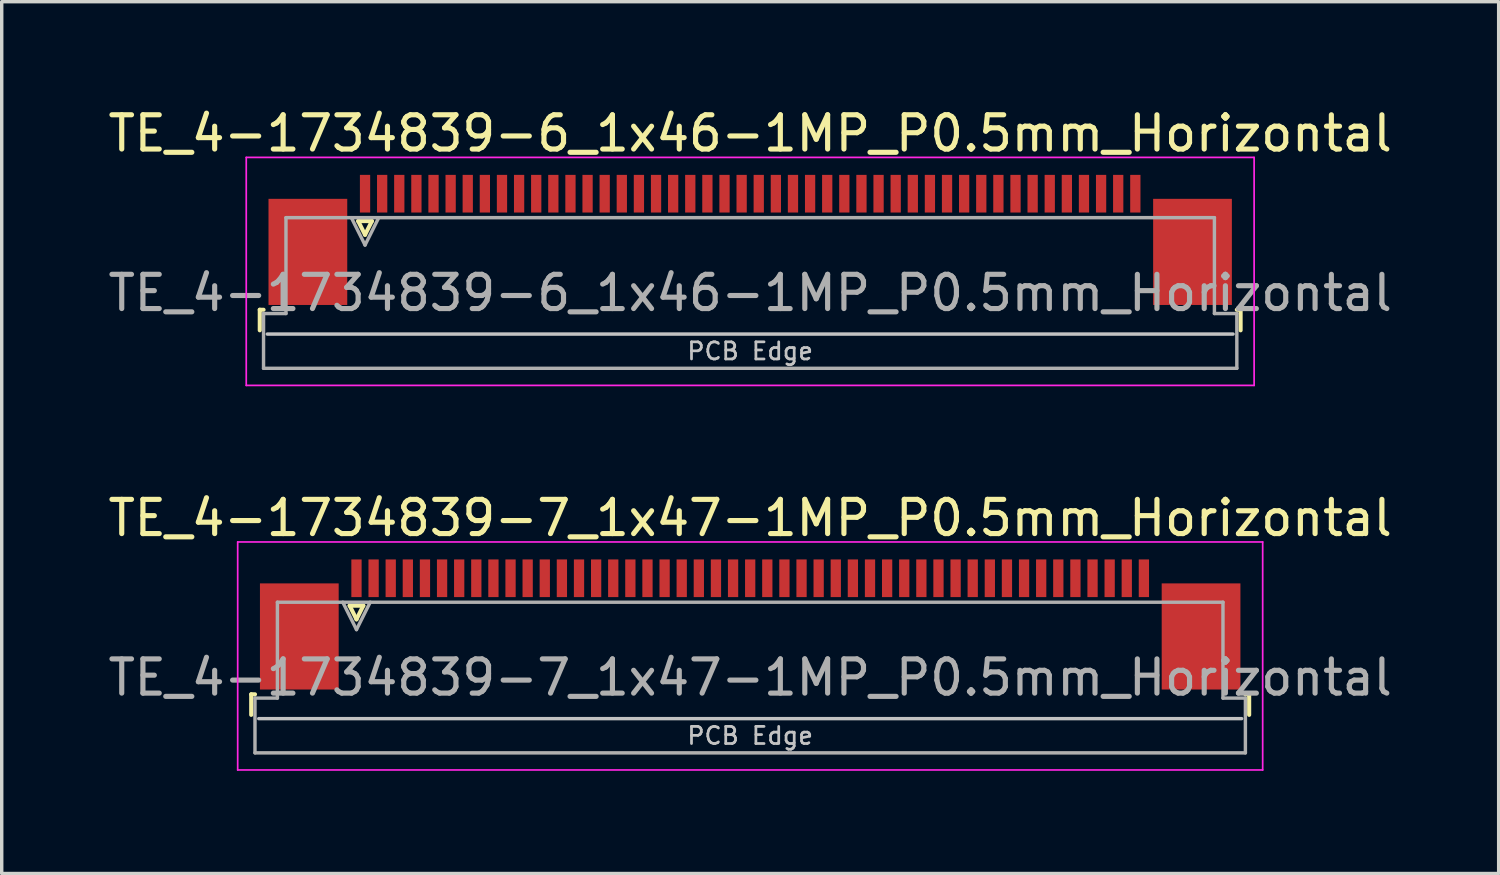
<source format=kicad_pcb>
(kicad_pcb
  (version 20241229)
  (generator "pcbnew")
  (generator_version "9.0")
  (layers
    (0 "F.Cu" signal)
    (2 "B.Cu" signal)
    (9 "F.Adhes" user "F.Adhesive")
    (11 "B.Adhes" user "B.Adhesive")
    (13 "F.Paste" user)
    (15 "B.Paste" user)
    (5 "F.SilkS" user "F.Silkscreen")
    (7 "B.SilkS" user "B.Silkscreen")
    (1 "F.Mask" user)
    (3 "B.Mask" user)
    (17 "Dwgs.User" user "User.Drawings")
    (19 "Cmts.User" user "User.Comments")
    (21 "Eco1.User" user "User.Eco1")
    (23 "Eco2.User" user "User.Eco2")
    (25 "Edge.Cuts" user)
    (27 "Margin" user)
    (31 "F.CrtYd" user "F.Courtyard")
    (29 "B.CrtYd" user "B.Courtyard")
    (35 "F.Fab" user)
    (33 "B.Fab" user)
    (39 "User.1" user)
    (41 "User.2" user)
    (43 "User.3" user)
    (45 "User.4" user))
  (footprint "TE_4-1734839-7_1x47-1MP_P0.5mm_Horizontal"
    (layer "F.Cu")
    (at 18.863 15.191)
    (property "Reference" "TE_4-1734839-7_1x47-1MP_P0.5mm_Horizontal" (at 0 -3.11 0) (layer "F.SilkS") (effects (font (size 1 1) (thickness 0.15))))
    (attr smd)
    (fp_line (start -14.575 2.04) (end -14.575 2.64) (stroke (width 0.12) (type solid)) (layer "F.SilkS"))
    (fp_line (start -14.465 2.04) (end -14.575 2.04) (stroke (width 0.12) (type solid)) (layer "F.SilkS"))
    (fp_line (start -11.7 -0.55) (end -11.5 -0.15) (stroke (width 0.12) (type solid)) (layer "F.SilkS"))
    (fp_line (start -11.5 -0.15) (end -11.3 -0.55) (stroke (width 0.12) (type solid)) (layer "F.SilkS"))
    (fp_line (start -11.3 -0.55) (end -11.7 -0.55) (stroke (width 0.12) (type solid)) (layer "F.SilkS"))
    (fp_line (start 14.465 2.04) (end 14.575 2.04) (stroke (width 0.12) (type solid)) (layer "F.SilkS"))
    (fp_line (start 14.575 2.04) (end 14.575 2.64) (stroke (width 0.12) (type solid)) (layer "F.SilkS"))
    (fp_line (start 14.355 2.75) (end -14.355 2.75) (stroke (width 0.1) (type solid)) (layer "Dwgs.User"))
    (fp_line (start -14.97 -2.41) (end -14.97 4.25) (stroke (width 0.05) (type solid)) (layer "F.CrtYd"))
    (fp_line (start -14.97 4.25) (end 14.97 4.25) (stroke (width 0.05) (type solid)) (layer "F.CrtYd"))
    (fp_line (start 14.97 -2.41) (end -14.97 -2.41) (stroke (width 0.05) (type solid)) (layer "F.CrtYd"))
    (fp_line (start 14.97 4.25) (end 14.97 -2.41) (stroke (width 0.05) (type solid)) (layer "F.CrtYd"))
    (fp_line (start -14.465 2.15) (end -13.81 2.15) (stroke (width 0.1) (type solid)) (layer "F.Fab"))
    (fp_line (start -14.465 3.75) (end -14.465 2.15) (stroke (width 0.1) (type solid)) (layer "F.Fab"))
    (fp_line (start -13.81 -0.65) (end 13.81 -0.65) (stroke (width 0.1) (type solid)) (layer "F.Fab"))
    (fp_line (start -13.81 2.15) (end -13.81 -0.65) (stroke (width 0.1) (type solid)) (layer "F.Fab"))
    (fp_line (start -11.9 -0.65) (end -11.5 0.15) (stroke (width 0.1) (type solid)) (layer "F.Fab"))
    (fp_line (start -11.5 0.15) (end -11.1 -0.65) (stroke (width 0.1) (type solid)) (layer "F.Fab"))
    (fp_line (start 13.81 -0.65) (end 13.81 2.15) (stroke (width 0.1) (type solid)) (layer "F.Fab"))
    (fp_line (start 13.81 2.15) (end 14.465 2.15) (stroke (width 0.1) (type solid)) (layer "F.Fab"))
    (fp_line (start 14.465 2.15) (end 14.465 3.75) (stroke (width 0.1) (type solid)) (layer "F.Fab"))
    (fp_line (start 14.465 3.75) (end -14.465 3.75) (stroke (width 0.1) (type solid)) (layer "F.Fab"))
    (fp_text user "PCB Edge" (at 0 3.25 0) (layer "Dwgs.User") (effects (font (size 0.5 0.5) (thickness 0.08))))
    (fp_text user "${REFERENCE}" (at 0 1.55 0) (layer "F.Fab") (effects (font (size 1 1) (thickness 0.15))))
    (pad "1" smd rect (at -11.5 -1.35) (size 0.3 1.1) (layers "F.Cu" "F.Mask" "F.Paste"))
    (pad "2" smd rect (at -11 -1.35) (size 0.3 1.1) (layers "F.Cu" "F.Mask" "F.Paste"))
    (pad "3" smd rect (at -10.5 -1.35) (size 0.3 1.1) (layers "F.Cu" "F.Mask" "F.Paste"))
    (pad "4" smd rect (at -10 -1.35) (size 0.3 1.1) (layers "F.Cu" "F.Mask" "F.Paste"))
    (pad "5" smd rect (at -9.5 -1.35) (size 0.3 1.1) (layers "F.Cu" "F.Mask" "F.Paste"))
    (pad "6" smd rect (at -9 -1.35) (size 0.3 1.1) (layers "F.Cu" "F.Mask" "F.Paste"))
    (pad "7" smd rect (at -8.5 -1.35) (size 0.3 1.1) (layers "F.Cu" "F.Mask" "F.Paste"))
    (pad "8" smd rect (at -8 -1.35) (size 0.3 1.1) (layers "F.Cu" "F.Mask" "F.Paste"))
    (pad "9" smd rect (at -7.5 -1.35) (size 0.3 1.1) (layers "F.Cu" "F.Mask" "F.Paste"))
    (pad "10" smd rect (at -7 -1.35) (size 0.3 1.1) (layers "F.Cu" "F.Mask" "F.Paste"))
    (pad "11" smd rect (at -6.5 -1.35) (size 0.3 1.1) (layers "F.Cu" "F.Mask" "F.Paste"))
    (pad "12" smd rect (at -6 -1.35) (size 0.3 1.1) (layers "F.Cu" "F.Mask" "F.Paste"))
    (pad "13" smd rect (at -5.5 -1.35) (size 0.3 1.1) (layers "F.Cu" "F.Mask" "F.Paste"))
    (pad "14" smd rect (at -5 -1.35) (size 0.3 1.1) (layers "F.Cu" "F.Mask" "F.Paste"))
    (pad "15" smd rect (at -4.5 -1.35) (size 0.3 1.1) (layers "F.Cu" "F.Mask" "F.Paste"))
    (pad "16" smd rect (at -4 -1.35) (size 0.3 1.1) (layers "F.Cu" "F.Mask" "F.Paste"))
    (pad "17" smd rect (at -3.5 -1.35) (size 0.3 1.1) (layers "F.Cu" "F.Mask" "F.Paste"))
    (pad "18" smd rect (at -3 -1.35) (size 0.3 1.1) (layers "F.Cu" "F.Mask" "F.Paste"))
    (pad "19" smd rect (at -2.5 -1.35) (size 0.3 1.1) (layers "F.Cu" "F.Mask" "F.Paste"))
    (pad "20" smd rect (at -2 -1.35) (size 0.3 1.1) (layers "F.Cu" "F.Mask" "F.Paste"))
    (pad "21" smd rect (at -1.5 -1.35) (size 0.3 1.1) (layers "F.Cu" "F.Mask" "F.Paste"))
    (pad "22" smd rect (at -1 -1.35) (size 0.3 1.1) (layers "F.Cu" "F.Mask" "F.Paste"))
    (pad "23" smd rect (at -0.5 -1.35) (size 0.3 1.1) (layers "F.Cu" "F.Mask" "F.Paste"))
    (pad "24" smd rect (at 0 -1.35) (size 0.3 1.1) (layers "F.Cu" "F.Mask" "F.Paste"))
    (pad "25" smd rect (at 0.5 -1.35) (size 0.3 1.1) (layers "F.Cu" "F.Mask" "F.Paste"))
    (pad "26" smd rect (at 1 -1.35) (size 0.3 1.1) (layers "F.Cu" "F.Mask" "F.Paste"))
    (pad "27" smd rect (at 1.5 -1.35) (size 0.3 1.1) (layers "F.Cu" "F.Mask" "F.Paste"))
    (pad "28" smd rect (at 2 -1.35) (size 0.3 1.1) (layers "F.Cu" "F.Mask" "F.Paste"))
    (pad "29" smd rect (at 2.5 -1.35) (size 0.3 1.1) (layers "F.Cu" "F.Mask" "F.Paste"))
    (pad "30" smd rect (at 3 -1.35) (size 0.3 1.1) (layers "F.Cu" "F.Mask" "F.Paste"))
    (pad "31" smd rect (at 3.5 -1.35) (size 0.3 1.1) (layers "F.Cu" "F.Mask" "F.Paste"))
    (pad "32" smd rect (at 4 -1.35) (size 0.3 1.1) (layers "F.Cu" "F.Mask" "F.Paste"))
    (pad "33" smd rect (at 4.5 -1.35) (size 0.3 1.1) (layers "F.Cu" "F.Mask" "F.Paste"))
    (pad "34" smd rect (at 5 -1.35) (size 0.3 1.1) (layers "F.Cu" "F.Mask" "F.Paste"))
    (pad "35" smd rect (at 5.5 -1.35) (size 0.3 1.1) (layers "F.Cu" "F.Mask" "F.Paste"))
    (pad "36" smd rect (at 6 -1.35) (size 0.3 1.1) (layers "F.Cu" "F.Mask" "F.Paste"))
    (pad "37" smd rect (at 6.5 -1.35) (size 0.3 1.1) (layers "F.Cu" "F.Mask" "F.Paste"))
    (pad "38" smd rect (at 7 -1.35) (size 0.3 1.1) (layers "F.Cu" "F.Mask" "F.Paste"))
    (pad "39" smd rect (at 7.5 -1.35) (size 0.3 1.1) (layers "F.Cu" "F.Mask" "F.Paste"))
    (pad "40" smd rect (at 8 -1.35) (size 0.3 1.1) (layers "F.Cu" "F.Mask" "F.Paste"))
    (pad "41" smd rect (at 8.5 -1.35) (size 0.3 1.1) (layers "F.Cu" "F.Mask" "F.Paste"))
    (pad "42" smd rect (at 9 -1.35) (size 0.3 1.1) (layers "F.Cu" "F.Mask" "F.Paste"))
    (pad "43" smd rect (at 9.5 -1.35) (size 0.3 1.1) (layers "F.Cu" "F.Mask" "F.Paste"))
    (pad "44" smd rect (at 10 -1.35) (size 0.3 1.1) (layers "F.Cu" "F.Mask" "F.Paste"))
    (pad "45" smd rect (at 10.5 -1.35) (size 0.3 1.1) (layers "F.Cu" "F.Mask" "F.Paste"))
    (pad "46" smd rect (at 11 -1.35) (size 0.3 1.1) (layers "F.Cu" "F.Mask" "F.Paste"))
    (pad "47" smd rect (at 11.5 -1.35) (size 0.3 1.1) (layers "F.Cu" "F.Mask" "F.Paste"))
    (pad "MP" smd rect (at -13.17 0.35) (size 2.3 3.1) (layers "F.Cu" "F.Mask" "F.Paste"))
    (pad "MP" smd rect (at 13.17 0.35) (size 2.3 3.1) (layers "F.Cu" "F.Mask" "F.Paste")))
  (footprint "TE_4-1734839-6_1x46-1MP_P0.5mm_Horizontal"
    (layer "F.Cu")
    (at 18.863 3.958)
    (property "Reference" "TE_4-1734839-6_1x46-1MP_P0.5mm_Horizontal" (at 0 -3.11 0) (layer "F.SilkS") (effects (font (size 1 1) (thickness 0.15))))
    (attr smd)
    (fp_line (start -14.325 2.04) (end -14.325 2.64) (stroke (width 0.12) (type solid)) (layer "F.SilkS"))
    (fp_line (start -14.215 2.04) (end -14.325 2.04) (stroke (width 0.12) (type solid)) (layer "F.SilkS"))
    (fp_line (start -11.45 -0.55) (end -11.25 -0.15) (stroke (width 0.12) (type solid)) (layer "F.SilkS"))
    (fp_line (start -11.25 -0.15) (end -11.05 -0.55) (stroke (width 0.12) (type solid)) (layer "F.SilkS"))
    (fp_line (start -11.05 -0.55) (end -11.45 -0.55) (stroke (width 0.12) (type solid)) (layer "F.SilkS"))
    (fp_line (start 14.215 2.04) (end 14.325 2.04) (stroke (width 0.12) (type solid)) (layer "F.SilkS"))
    (fp_line (start 14.325 2.04) (end 14.325 2.64) (stroke (width 0.12) (type solid)) (layer "F.SilkS"))
    (fp_line (start 14.105 2.75) (end -14.105 2.75) (stroke (width 0.1) (type solid)) (layer "Dwgs.User"))
    (fp_line (start -14.72 -2.41) (end -14.72 4.25) (stroke (width 0.05) (type solid)) (layer "F.CrtYd"))
    (fp_line (start -14.72 4.25) (end 14.72 4.25) (stroke (width 0.05) (type solid)) (layer "F.CrtYd"))
    (fp_line (start 14.72 -2.41) (end -14.72 -2.41) (stroke (width 0.05) (type solid)) (layer "F.CrtYd"))
    (fp_line (start 14.72 4.25) (end 14.72 -2.41) (stroke (width 0.05) (type solid)) (layer "F.CrtYd"))
    (fp_line (start -14.215 2.15) (end -13.56 2.15) (stroke (width 0.1) (type solid)) (layer "F.Fab"))
    (fp_line (start -14.215 3.75) (end -14.215 2.15) (stroke (width 0.1) (type solid)) (layer "F.Fab"))
    (fp_line (start -13.56 -0.65) (end 13.56 -0.65) (stroke (width 0.1) (type solid)) (layer "F.Fab"))
    (fp_line (start -13.56 2.15) (end -13.56 -0.65) (stroke (width 0.1) (type solid)) (layer "F.Fab"))
    (fp_line (start -11.65 -0.65) (end -11.25 0.15) (stroke (width 0.1) (type solid)) (layer "F.Fab"))
    (fp_line (start -11.25 0.15) (end -10.85 -0.65) (stroke (width 0.1) (type solid)) (layer "F.Fab"))
    (fp_line (start 13.56 -0.65) (end 13.56 2.15) (stroke (width 0.1) (type solid)) (layer "F.Fab"))
    (fp_line (start 13.56 2.15) (end 14.215 2.15) (stroke (width 0.1) (type solid)) (layer "F.Fab"))
    (fp_line (start 14.215 2.15) (end 14.215 3.75) (stroke (width 0.1) (type solid)) (layer "F.Fab"))
    (fp_line (start 14.215 3.75) (end -14.215 3.75) (stroke (width 0.1) (type solid)) (layer "F.Fab"))
    (fp_text user "PCB Edge" (at 0 3.25 0) (layer "Dwgs.User") (effects (font (size 0.5 0.5) (thickness 0.08))))
    (fp_text user "${REFERENCE}" (at 0 1.55 0) (layer "F.Fab") (effects (font (size 1 1) (thickness 0.15))))
    (pad "1" smd rect (at -11.25 -1.35) (size 0.3 1.1) (layers "F.Cu" "F.Mask" "F.Paste"))
    (pad "2" smd rect (at -10.75 -1.35) (size 0.3 1.1) (layers "F.Cu" "F.Mask" "F.Paste"))
    (pad "3" smd rect (at -10.25 -1.35) (size 0.3 1.1) (layers "F.Cu" "F.Mask" "F.Paste"))
    (pad "4" smd rect (at -9.75 -1.35) (size 0.3 1.1) (layers "F.Cu" "F.Mask" "F.Paste"))
    (pad "5" smd rect (at -9.25 -1.35) (size 0.3 1.1) (layers "F.Cu" "F.Mask" "F.Paste"))
    (pad "6" smd rect (at -8.75 -1.35) (size 0.3 1.1) (layers "F.Cu" "F.Mask" "F.Paste"))
    (pad "7" smd rect (at -8.25 -1.35) (size 0.3 1.1) (layers "F.Cu" "F.Mask" "F.Paste"))
    (pad "8" smd rect (at -7.75 -1.35) (size 0.3 1.1) (layers "F.Cu" "F.Mask" "F.Paste"))
    (pad "9" smd rect (at -7.25 -1.35) (size 0.3 1.1) (layers "F.Cu" "F.Mask" "F.Paste"))
    (pad "10" smd rect (at -6.75 -1.35) (size 0.3 1.1) (layers "F.Cu" "F.Mask" "F.Paste"))
    (pad "11" smd rect (at -6.25 -1.35) (size 0.3 1.1) (layers "F.Cu" "F.Mask" "F.Paste"))
    (pad "12" smd rect (at -5.75 -1.35) (size 0.3 1.1) (layers "F.Cu" "F.Mask" "F.Paste"))
    (pad "13" smd rect (at -5.25 -1.35) (size 0.3 1.1) (layers "F.Cu" "F.Mask" "F.Paste"))
    (pad "14" smd rect (at -4.75 -1.35) (size 0.3 1.1) (layers "F.Cu" "F.Mask" "F.Paste"))
    (pad "15" smd rect (at -4.25 -1.35) (size 0.3 1.1) (layers "F.Cu" "F.Mask" "F.Paste"))
    (pad "16" smd rect (at -3.75 -1.35) (size 0.3 1.1) (layers "F.Cu" "F.Mask" "F.Paste"))
    (pad "17" smd rect (at -3.25 -1.35) (size 0.3 1.1) (layers "F.Cu" "F.Mask" "F.Paste"))
    (pad "18" smd rect (at -2.75 -1.35) (size 0.3 1.1) (layers "F.Cu" "F.Mask" "F.Paste"))
    (pad "19" smd rect (at -2.25 -1.35) (size 0.3 1.1) (layers "F.Cu" "F.Mask" "F.Paste"))
    (pad "20" smd rect (at -1.75 -1.35) (size 0.3 1.1) (layers "F.Cu" "F.Mask" "F.Paste"))
    (pad "21" smd rect (at -1.25 -1.35) (size 0.3 1.1) (layers "F.Cu" "F.Mask" "F.Paste"))
    (pad "22" smd rect (at -0.75 -1.35) (size 0.3 1.1) (layers "F.Cu" "F.Mask" "F.Paste"))
    (pad "23" smd rect (at -0.25 -1.35) (size 0.3 1.1) (layers "F.Cu" "F.Mask" "F.Paste"))
    (pad "24" smd rect (at 0.25 -1.35) (size 0.3 1.1) (layers "F.Cu" "F.Mask" "F.Paste"))
    (pad "25" smd rect (at 0.75 -1.35) (size 0.3 1.1) (layers "F.Cu" "F.Mask" "F.Paste"))
    (pad "26" smd rect (at 1.25 -1.35) (size 0.3 1.1) (layers "F.Cu" "F.Mask" "F.Paste"))
    (pad "27" smd rect (at 1.75 -1.35) (size 0.3 1.1) (layers "F.Cu" "F.Mask" "F.Paste"))
    (pad "28" smd rect (at 2.25 -1.35) (size 0.3 1.1) (layers "F.Cu" "F.Mask" "F.Paste"))
    (pad "29" smd rect (at 2.75 -1.35) (size 0.3 1.1) (layers "F.Cu" "F.Mask" "F.Paste"))
    (pad "30" smd rect (at 3.25 -1.35) (size 0.3 1.1) (layers "F.Cu" "F.Mask" "F.Paste"))
    (pad "31" smd rect (at 3.75 -1.35) (size 0.3 1.1) (layers "F.Cu" "F.Mask" "F.Paste"))
    (pad "32" smd rect (at 4.25 -1.35) (size 0.3 1.1) (layers "F.Cu" "F.Mask" "F.Paste"))
    (pad "33" smd rect (at 4.75 -1.35) (size 0.3 1.1) (layers "F.Cu" "F.Mask" "F.Paste"))
    (pad "34" smd rect (at 5.25 -1.35) (size 0.3 1.1) (layers "F.Cu" "F.Mask" "F.Paste"))
    (pad "35" smd rect (at 5.75 -1.35) (size 0.3 1.1) (layers "F.Cu" "F.Mask" "F.Paste"))
    (pad "36" smd rect (at 6.25 -1.35) (size 0.3 1.1) (layers "F.Cu" "F.Mask" "F.Paste"))
    (pad "37" smd rect (at 6.75 -1.35) (size 0.3 1.1) (layers "F.Cu" "F.Mask" "F.Paste"))
    (pad "38" smd rect (at 7.25 -1.35) (size 0.3 1.1) (layers "F.Cu" "F.Mask" "F.Paste"))
    (pad "39" smd rect (at 7.75 -1.35) (size 0.3 1.1) (layers "F.Cu" "F.Mask" "F.Paste"))
    (pad "40" smd rect (at 8.25 -1.35) (size 0.3 1.1) (layers "F.Cu" "F.Mask" "F.Paste"))
    (pad "41" smd rect (at 8.75 -1.35) (size 0.3 1.1) (layers "F.Cu" "F.Mask" "F.Paste"))
    (pad "42" smd rect (at 9.25 -1.35) (size 0.3 1.1) (layers "F.Cu" "F.Mask" "F.Paste"))
    (pad "43" smd rect (at 9.75 -1.35) (size 0.3 1.1) (layers "F.Cu" "F.Mask" "F.Paste"))
    (pad "44" smd rect (at 10.25 -1.35) (size 0.3 1.1) (layers "F.Cu" "F.Mask" "F.Paste"))
    (pad "45" smd rect (at 10.75 -1.35) (size 0.3 1.1) (layers "F.Cu" "F.Mask" "F.Paste"))
    (pad "46" smd rect (at 11.25 -1.35) (size 0.3 1.1) (layers "F.Cu" "F.Mask" "F.Paste"))
    (pad "MP" smd rect (at -12.92 0.35) (size 2.3 3.1) (layers "F.Cu" "F.Mask" "F.Paste"))
    (pad "MP" smd rect (at 12.92 0.35) (size 2.3 3.1) (layers "F.Cu" "F.Mask" "F.Paste")))
  (gr_rect
    (start -3 -3)
    (end 40.726 22.466)
    (stroke (width 0.1) (type default))
    (fill no)
    (layer "Edge.Cuts")))
</source>
